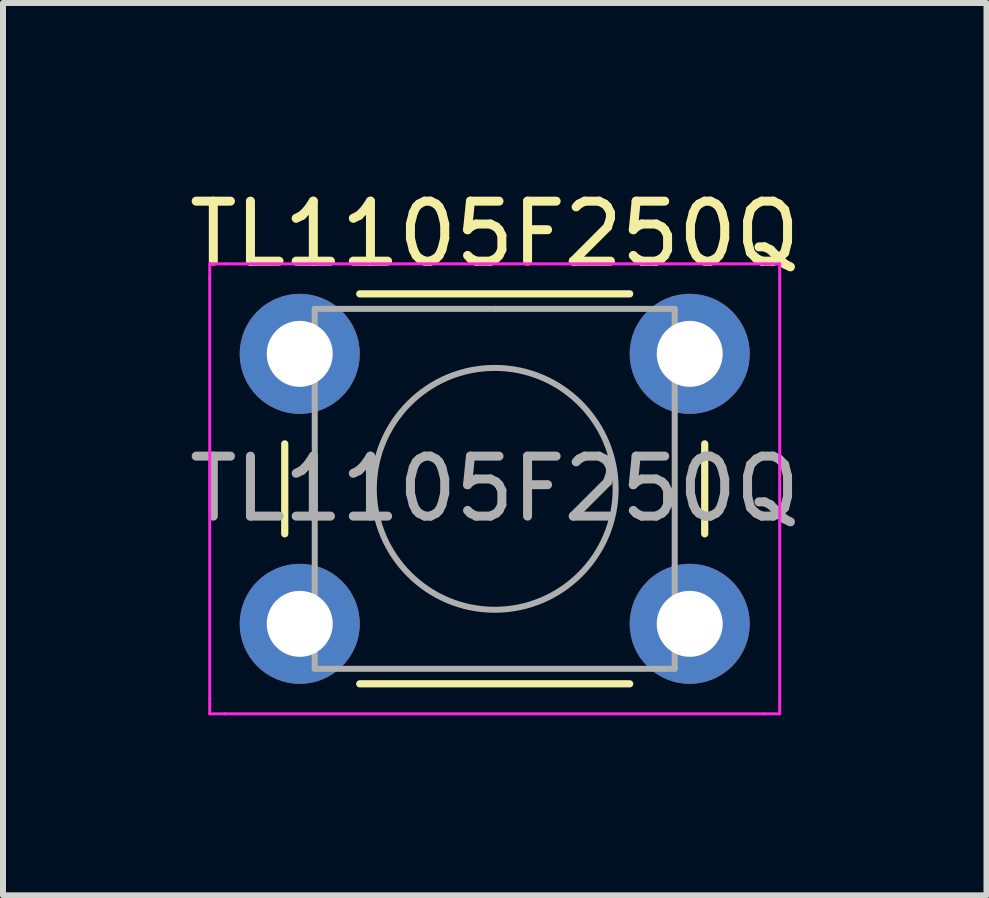
<source format=kicad_pcb>
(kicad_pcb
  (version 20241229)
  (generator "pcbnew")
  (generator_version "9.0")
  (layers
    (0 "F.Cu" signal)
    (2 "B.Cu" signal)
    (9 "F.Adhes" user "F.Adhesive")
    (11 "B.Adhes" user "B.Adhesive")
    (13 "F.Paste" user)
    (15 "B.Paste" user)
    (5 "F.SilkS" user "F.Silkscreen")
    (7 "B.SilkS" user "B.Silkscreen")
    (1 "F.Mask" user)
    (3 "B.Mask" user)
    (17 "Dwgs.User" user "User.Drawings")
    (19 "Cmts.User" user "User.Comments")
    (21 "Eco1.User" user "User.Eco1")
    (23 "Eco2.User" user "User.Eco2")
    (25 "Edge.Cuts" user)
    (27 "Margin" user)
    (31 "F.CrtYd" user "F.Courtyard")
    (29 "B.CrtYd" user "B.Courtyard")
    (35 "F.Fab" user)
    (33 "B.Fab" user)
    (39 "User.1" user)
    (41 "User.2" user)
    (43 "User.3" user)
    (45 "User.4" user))
  (footprint "TL1105F250Q"
    (layer "F.Cu")
    (at 1.946 2.848)
    (property "Reference" "TL1105F250Q" (at 3.25 -2 0) (layer "F.SilkS") (effects (font (size 1 1) (thickness 0.15))))
    (attr through_hole)
    (fp_line (start -0.25 1.5) (end -0.25 3) (stroke (width 0.12) (type solid)) (layer "F.SilkS"))
    (fp_line (start 1 5.5) (end 5.5 5.5) (stroke (width 0.12) (type solid)) (layer "F.SilkS"))
    (fp_line (start 5.5 -1) (end 1 -1) (stroke (width 0.12) (type solid)) (layer "F.SilkS"))
    (fp_line (start 6.75 3) (end 6.75 1.5) (stroke (width 0.12) (type solid)) (layer "F.SilkS"))
    (fp_line (start -1.5 -1.5) (end -1.25 -1.5) (stroke (width 0.05) (type solid)) (layer "F.CrtYd"))
    (fp_line (start -1.5 -1.25) (end -1.5 -1.5) (stroke (width 0.05) (type solid)) (layer "F.CrtYd"))
    (fp_line (start -1.5 5.75) (end -1.5 -1.25) (stroke (width 0.05) (type solid)) (layer "F.CrtYd"))
    (fp_line (start -1.5 5.75) (end -1.5 6) (stroke (width 0.05) (type solid)) (layer "F.CrtYd"))
    (fp_line (start -1.5 6) (end -1.25 6) (stroke (width 0.05) (type solid)) (layer "F.CrtYd"))
    (fp_line (start -1.25 -1.5) (end 7.75 -1.5) (stroke (width 0.05) (type solid)) (layer "F.CrtYd"))
    (fp_line (start 7.75 -1.5) (end 8 -1.5) (stroke (width 0.05) (type solid)) (layer "F.CrtYd"))
    (fp_line (start 7.75 6) (end -1.25 6) (stroke (width 0.05) (type solid)) (layer "F.CrtYd"))
    (fp_line (start 7.75 6) (end 8 6) (stroke (width 0.05) (type solid)) (layer "F.CrtYd"))
    (fp_line (start 8 -1.5) (end 8 -1.25) (stroke (width 0.05) (type solid)) (layer "F.CrtYd"))
    (fp_line (start 8 -1.25) (end 8 5.75) (stroke (width 0.05) (type solid)) (layer "F.CrtYd"))
    (fp_line (start 8 6) (end 8 5.75) (stroke (width 0.05) (type solid)) (layer "F.CrtYd"))
    (fp_line (start 0.25 -0.75) (end 3.25 -0.75) (stroke (width 0.1) (type solid)) (layer "F.Fab"))
    (fp_line (start 0.25 5.25) (end 0.25 -0.75) (stroke (width 0.1) (type solid)) (layer "F.Fab"))
    (fp_line (start 3.25 -0.75) (end 6.25 -0.75) (stroke (width 0.1) (type solid)) (layer "F.Fab"))
    (fp_line (start 6.25 -0.75) (end 6.25 5.25) (stroke (width 0.1) (type solid)) (layer "F.Fab"))
    (fp_line (start 6.25 5.25) (end 0.25 5.25) (stroke (width 0.1) (type solid)) (layer "F.Fab"))
    (fp_circle (center 3.25 2.25) (end 1.25 2.5) (stroke (width 0.1) (type solid)) (fill no) (layer "F.Fab"))
    (fp_text user "${REFERENCE}" (at 3.25 2.25 0) (layer "F.Fab") (effects (font (size 1 1) (thickness 0.15))))
    (pad "1" thru_hole circle (at 0 0 90) (size 2 2) (drill 1.1) (layers "*.Cu" "*.Mask"))
    (pad "1" thru_hole circle (at 6.5 0 90) (size 2 2) (drill 1.1) (layers "*.Cu" "*.Mask"))
    (pad "2" thru_hole circle (at 0 4.5 90) (size 2 2) (drill 1.1) (layers "*.Cu" "*.Mask"))
    (pad "2" thru_hole circle (at 6.5 4.5 90) (size 2 2) (drill 1.1) (layers "*.Cu" "*.Mask")))
  (gr_rect
    (start -3 -3)
    (end 13.393 11.873)
    (stroke (width 0.1) (type default))
    (fill no)
    (layer "Edge.Cuts")))
</source>
